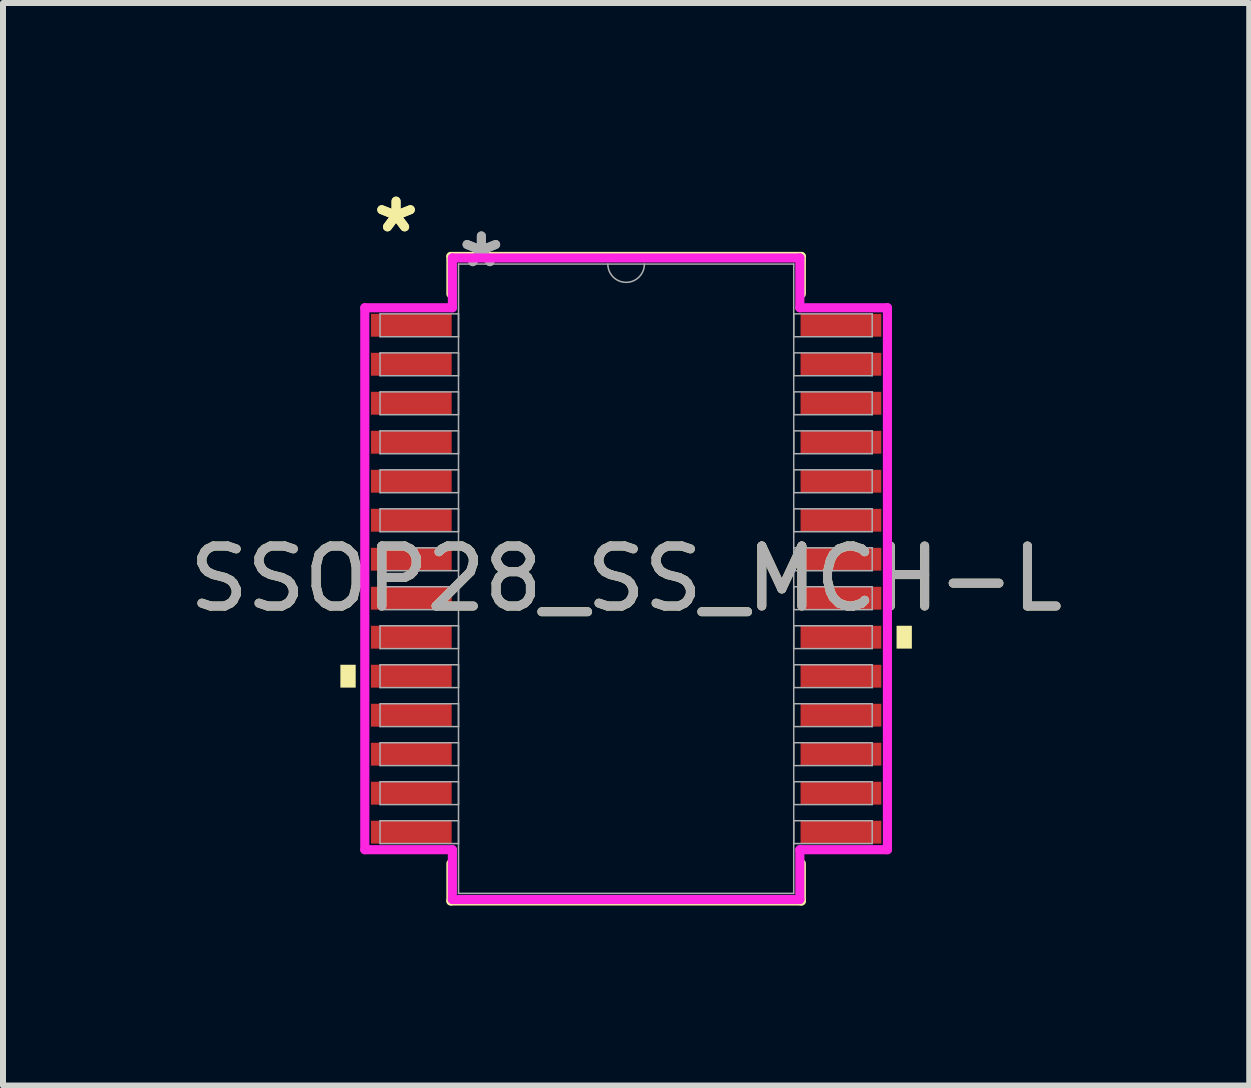
<source format=kicad_pcb>
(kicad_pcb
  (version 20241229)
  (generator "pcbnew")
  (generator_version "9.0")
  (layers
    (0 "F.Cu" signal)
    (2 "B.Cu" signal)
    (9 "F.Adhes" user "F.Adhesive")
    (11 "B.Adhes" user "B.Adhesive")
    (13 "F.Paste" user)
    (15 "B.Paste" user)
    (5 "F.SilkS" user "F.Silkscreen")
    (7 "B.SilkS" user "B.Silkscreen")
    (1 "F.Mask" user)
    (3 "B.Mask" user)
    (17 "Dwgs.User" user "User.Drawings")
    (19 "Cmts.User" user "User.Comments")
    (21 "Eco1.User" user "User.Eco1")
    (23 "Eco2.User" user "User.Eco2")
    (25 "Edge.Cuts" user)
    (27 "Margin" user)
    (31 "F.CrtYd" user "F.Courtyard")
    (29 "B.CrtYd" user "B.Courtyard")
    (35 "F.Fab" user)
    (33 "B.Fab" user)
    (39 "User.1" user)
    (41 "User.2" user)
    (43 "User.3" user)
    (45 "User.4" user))
  (footprint "SSOP28_SS_MCH-L"
    (layer "F.Cu")
    (at 7.387 6.597)
    (property "Reference" "SSOP28_SS_MCH-L" (at 0 0 0) (unlocked yes) (layer "F.SilkS") (effects (font (size 1 1) (thickness 0.15))))
    (attr smd)
    (fp_line (start -2.921 -5.372) (end -2.921 -4.748) (stroke (width 0.152) (type solid)) (layer "F.SilkS"))
    (fp_line (start -2.921 4.748) (end -2.921 5.372) (stroke (width 0.152) (type solid)) (layer "F.SilkS"))
    (fp_line (start -2.921 5.372) (end 2.921 5.372) (stroke (width 0.152) (type solid)) (layer "F.SilkS"))
    (fp_line (start 2.921 -5.372) (end -2.921 -5.372) (stroke (width 0.152) (type solid)) (layer "F.SilkS"))
    (fp_line (start 2.921 -4.748) (end 2.921 -5.372) (stroke (width 0.152) (type solid)) (layer "F.SilkS"))
    (fp_line (start 2.921 5.372) (end 2.921 4.748) (stroke (width 0.152) (type solid)) (layer "F.SilkS"))
    (fp_poly (pts (xy -4.763 1.434) (xy -4.763 1.815) (xy -4.508 1.815) (xy -4.508 1.434)) (stroke (width 0) (type solid)) (fill yes) (layer "F.SilkS"))
    (fp_poly (pts (xy 4.763 0.784) (xy 4.763 1.165) (xy 4.508 1.165) (xy 4.508 0.784)) (stroke (width 0) (type solid)) (fill yes) (layer "F.SilkS"))
    (fp_line (start -4.356 -4.517) (end -2.896 -4.517) (stroke (width 0.152) (type solid)) (layer "F.CrtYd"))
    (fp_line (start -4.356 4.517) (end -4.356 -4.517) (stroke (width 0.152) (type solid)) (layer "F.CrtYd"))
    (fp_line (start -4.356 4.517) (end -2.896 4.517) (stroke (width 0.152) (type solid)) (layer "F.CrtYd"))
    (fp_line (start -2.896 -5.347) (end 2.896 -5.347) (stroke (width 0.152) (type solid)) (layer "F.CrtYd"))
    (fp_line (start -2.896 -4.517) (end -2.896 -5.347) (stroke (width 0.152) (type solid)) (layer "F.CrtYd"))
    (fp_line (start -2.896 5.347) (end -2.896 4.517) (stroke (width 0.152) (type solid)) (layer "F.CrtYd"))
    (fp_line (start 2.896 -5.347) (end 2.896 -4.517) (stroke (width 0.152) (type solid)) (layer "F.CrtYd"))
    (fp_line (start 2.896 4.517) (end 2.896 5.347) (stroke (width 0.152) (type solid)) (layer "F.CrtYd"))
    (fp_line (start 2.896 5.347) (end -2.896 5.347) (stroke (width 0.152) (type solid)) (layer "F.CrtYd"))
    (fp_line (start 4.356 -4.517) (end 2.896 -4.517) (stroke (width 0.152) (type solid)) (layer "F.CrtYd"))
    (fp_line (start 4.356 -4.517) (end 4.356 4.517) (stroke (width 0.152) (type solid)) (layer "F.CrtYd"))
    (fp_line (start 4.356 4.517) (end 2.896 4.517) (stroke (width 0.152) (type solid)) (layer "F.CrtYd"))
    (fp_line (start -4.102 -4.415) (end -4.102 -4.034) (stroke (width 0.025) (type solid)) (layer "F.Fab"))
    (fp_line (start -4.102 -4.034) (end -2.794 -4.034) (stroke (width 0.025) (type solid)) (layer "F.Fab"))
    (fp_line (start -4.102 -3.765) (end -4.102 -3.384) (stroke (width 0.025) (type solid)) (layer "F.Fab"))
    (fp_line (start -4.102 -3.384) (end -2.794 -3.384) (stroke (width 0.025) (type solid)) (layer "F.Fab"))
    (fp_line (start -4.102 -3.115) (end -4.102 -2.734) (stroke (width 0.025) (type solid)) (layer "F.Fab"))
    (fp_line (start -4.102 -2.734) (end -2.794 -2.734) (stroke (width 0.025) (type solid)) (layer "F.Fab"))
    (fp_line (start -4.102 -2.465) (end -4.102 -2.084) (stroke (width 0.025) (type solid)) (layer "F.Fab"))
    (fp_line (start -4.102 -2.084) (end -2.794 -2.084) (stroke (width 0.025) (type solid)) (layer "F.Fab"))
    (fp_line (start -4.102 -1.815) (end -4.102 -1.434) (stroke (width 0.025) (type solid)) (layer "F.Fab"))
    (fp_line (start -4.102 -1.434) (end -2.794 -1.434) (stroke (width 0.025) (type solid)) (layer "F.Fab"))
    (fp_line (start -4.102 -1.165) (end -4.102 -0.784) (stroke (width 0.025) (type solid)) (layer "F.Fab"))
    (fp_line (start -4.102 -0.784) (end -2.794 -0.784) (stroke (width 0.025) (type solid)) (layer "F.Fab"))
    (fp_line (start -4.102 -0.515) (end -4.102 -0.134) (stroke (width 0.025) (type solid)) (layer "F.Fab"))
    (fp_line (start -4.102 -0.134) (end -2.794 -0.134) (stroke (width 0.025) (type solid)) (layer "F.Fab"))
    (fp_line (start -4.102 0.134) (end -4.102 0.515) (stroke (width 0.025) (type solid)) (layer "F.Fab"))
    (fp_line (start -4.102 0.515) (end -2.794 0.515) (stroke (width 0.025) (type solid)) (layer "F.Fab"))
    (fp_line (start -4.102 0.784) (end -4.102 1.165) (stroke (width 0.025) (type solid)) (layer "F.Fab"))
    (fp_line (start -4.102 1.165) (end -2.794 1.165) (stroke (width 0.025) (type solid)) (layer "F.Fab"))
    (fp_line (start -4.102 1.434) (end -4.102 1.815) (stroke (width 0.025) (type solid)) (layer "F.Fab"))
    (fp_line (start -4.102 1.815) (end -2.794 1.815) (stroke (width 0.025) (type solid)) (layer "F.Fab"))
    (fp_line (start -4.102 2.084) (end -4.102 2.465) (stroke (width 0.025) (type solid)) (layer "F.Fab"))
    (fp_line (start -4.102 2.465) (end -2.794 2.465) (stroke (width 0.025) (type solid)) (layer "F.Fab"))
    (fp_line (start -4.102 2.734) (end -4.102 3.115) (stroke (width 0.025) (type solid)) (layer "F.Fab"))
    (fp_line (start -4.102 3.115) (end -2.794 3.115) (stroke (width 0.025) (type solid)) (layer "F.Fab"))
    (fp_line (start -4.102 3.384) (end -4.102 3.765) (stroke (width 0.025) (type solid)) (layer "F.Fab"))
    (fp_line (start -4.102 3.765) (end -2.794 3.765) (stroke (width 0.025) (type solid)) (layer "F.Fab"))
    (fp_line (start -4.102 4.034) (end -4.102 4.415) (stroke (width 0.025) (type solid)) (layer "F.Fab"))
    (fp_line (start -4.102 4.415) (end -2.794 4.415) (stroke (width 0.025) (type solid)) (layer "F.Fab"))
    (fp_line (start -2.794 -5.245) (end -2.794 5.245) (stroke (width 0.025) (type solid)) (layer "F.Fab"))
    (fp_line (start -2.794 -4.415) (end -4.102 -4.415) (stroke (width 0.025) (type solid)) (layer "F.Fab"))
    (fp_line (start -2.794 -4.034) (end -2.794 -4.415) (stroke (width 0.025) (type solid)) (layer "F.Fab"))
    (fp_line (start -2.794 -3.765) (end -4.102 -3.765) (stroke (width 0.025) (type solid)) (layer "F.Fab"))
    (fp_line (start -2.794 -3.384) (end -2.794 -3.765) (stroke (width 0.025) (type solid)) (layer "F.Fab"))
    (fp_line (start -2.794 -3.115) (end -4.102 -3.115) (stroke (width 0.025) (type solid)) (layer "F.Fab"))
    (fp_line (start -2.794 -2.734) (end -2.794 -3.115) (stroke (width 0.025) (type solid)) (layer "F.Fab"))
    (fp_line (start -2.794 -2.465) (end -4.102 -2.465) (stroke (width 0.025) (type solid)) (layer "F.Fab"))
    (fp_line (start -2.794 -2.084) (end -2.794 -2.465) (stroke (width 0.025) (type solid)) (layer "F.Fab"))
    (fp_line (start -2.794 -1.815) (end -4.102 -1.815) (stroke (width 0.025) (type solid)) (layer "F.Fab"))
    (fp_line (start -2.794 -1.434) (end -2.794 -1.815) (stroke (width 0.025) (type solid)) (layer "F.Fab"))
    (fp_line (start -2.794 -1.165) (end -4.102 -1.165) (stroke (width 0.025) (type solid)) (layer "F.Fab"))
    (fp_line (start -2.794 -0.784) (end -2.794 -1.165) (stroke (width 0.025) (type solid)) (layer "F.Fab"))
    (fp_line (start -2.794 -0.515) (end -4.102 -0.515) (stroke (width 0.025) (type solid)) (layer "F.Fab"))
    (fp_line (start -2.794 -0.134) (end -2.794 -0.515) (stroke (width 0.025) (type solid)) (layer "F.Fab"))
    (fp_line (start -2.794 0.134) (end -4.102 0.134) (stroke (width 0.025) (type solid)) (layer "F.Fab"))
    (fp_line (start -2.794 0.515) (end -2.794 0.134) (stroke (width 0.025) (type solid)) (layer "F.Fab"))
    (fp_line (start -2.794 0.784) (end -4.102 0.784) (stroke (width 0.025) (type solid)) (layer "F.Fab"))
    (fp_line (start -2.794 1.165) (end -2.794 0.784) (stroke (width 0.025) (type solid)) (layer "F.Fab"))
    (fp_line (start -2.794 1.434) (end -4.102 1.434) (stroke (width 0.025) (type solid)) (layer "F.Fab"))
    (fp_line (start -2.794 1.815) (end -2.794 1.434) (stroke (width 0.025) (type solid)) (layer "F.Fab"))
    (fp_line (start -2.794 2.084) (end -4.102 2.084) (stroke (width 0.025) (type solid)) (layer "F.Fab"))
    (fp_line (start -2.794 2.465) (end -2.794 2.084) (stroke (width 0.025) (type solid)) (layer "F.Fab"))
    (fp_line (start -2.794 2.734) (end -4.102 2.734) (stroke (width 0.025) (type solid)) (layer "F.Fab"))
    (fp_line (start -2.794 3.115) (end -2.794 2.734) (stroke (width 0.025) (type solid)) (layer "F.Fab"))
    (fp_line (start -2.794 3.384) (end -4.102 3.384) (stroke (width 0.025) (type solid)) (layer "F.Fab"))
    (fp_line (start -2.794 3.765) (end -2.794 3.384) (stroke (width 0.025) (type solid)) (layer "F.Fab"))
    (fp_line (start -2.794 4.034) (end -4.102 4.034) (stroke (width 0.025) (type solid)) (layer "F.Fab"))
    (fp_line (start -2.794 4.415) (end -2.794 4.034) (stroke (width 0.025) (type solid)) (layer "F.Fab"))
    (fp_line (start -2.794 5.245) (end 2.794 5.245) (stroke (width 0.025) (type solid)) (layer "F.Fab"))
    (fp_line (start 2.794 -5.245) (end -2.794 -5.245) (stroke (width 0.025) (type solid)) (layer "F.Fab"))
    (fp_line (start 2.794 -4.415) (end 2.794 -4.034) (stroke (width 0.025) (type solid)) (layer "F.Fab"))
    (fp_line (start 2.794 -4.034) (end 4.102 -4.034) (stroke (width 0.025) (type solid)) (layer "F.Fab"))
    (fp_line (start 2.794 -3.765) (end 2.794 -3.384) (stroke (width 0.025) (type solid)) (layer "F.Fab"))
    (fp_line (start 2.794 -3.384) (end 4.102 -3.384) (stroke (width 0.025) (type solid)) (layer "F.Fab"))
    (fp_line (start 2.794 -3.115) (end 2.794 -2.734) (stroke (width 0.025) (type solid)) (layer "F.Fab"))
    (fp_line (start 2.794 -2.734) (end 4.102 -2.734) (stroke (width 0.025) (type solid)) (layer "F.Fab"))
    (fp_line (start 2.794 -2.465) (end 2.794 -2.084) (stroke (width 0.025) (type solid)) (layer "F.Fab"))
    (fp_line (start 2.794 -2.084) (end 4.102 -2.084) (stroke (width 0.025) (type solid)) (layer "F.Fab"))
    (fp_line (start 2.794 -1.815) (end 2.794 -1.434) (stroke (width 0.025) (type solid)) (layer "F.Fab"))
    (fp_line (start 2.794 -1.434) (end 4.102 -1.434) (stroke (width 0.025) (type solid)) (layer "F.Fab"))
    (fp_line (start 2.794 -1.165) (end 2.794 -0.784) (stroke (width 0.025) (type solid)) (layer "F.Fab"))
    (fp_line (start 2.794 -0.784) (end 4.102 -0.784) (stroke (width 0.025) (type solid)) (layer "F.Fab"))
    (fp_line (start 2.794 -0.515) (end 2.794 -0.134) (stroke (width 0.025) (type solid)) (layer "F.Fab"))
    (fp_line (start 2.794 -0.134) (end 4.102 -0.134) (stroke (width 0.025) (type solid)) (layer "F.Fab"))
    (fp_line (start 2.794 0.134) (end 2.794 0.515) (stroke (width 0.025) (type solid)) (layer "F.Fab"))
    (fp_line (start 2.794 0.515) (end 4.102 0.515) (stroke (width 0.025) (type solid)) (layer "F.Fab"))
    (fp_line (start 2.794 0.784) (end 2.794 1.165) (stroke (width 0.025) (type solid)) (layer "F.Fab"))
    (fp_line (start 2.794 1.165) (end 4.102 1.165) (stroke (width 0.025) (type solid)) (layer "F.Fab"))
    (fp_line (start 2.794 1.434) (end 2.794 1.815) (stroke (width 0.025) (type solid)) (layer "F.Fab"))
    (fp_line (start 2.794 1.815) (end 4.102 1.815) (stroke (width 0.025) (type solid)) (layer "F.Fab"))
    (fp_line (start 2.794 2.084) (end 2.794 2.465) (stroke (width 0.025) (type solid)) (layer "F.Fab"))
    (fp_line (start 2.794 2.465) (end 4.102 2.465) (stroke (width 0.025) (type solid)) (layer "F.Fab"))
    (fp_line (start 2.794 2.734) (end 2.794 3.115) (stroke (width 0.025) (type solid)) (layer "F.Fab"))
    (fp_line (start 2.794 3.115) (end 4.102 3.115) (stroke (width 0.025) (type solid)) (layer "F.Fab"))
    (fp_line (start 2.794 3.384) (end 2.794 3.765) (stroke (width 0.025) (type solid)) (layer "F.Fab"))
    (fp_line (start 2.794 3.765) (end 4.102 3.765) (stroke (width 0.025) (type solid)) (layer "F.Fab"))
    (fp_line (start 2.794 4.034) (end 2.794 4.415) (stroke (width 0.025) (type solid)) (layer "F.Fab"))
    (fp_line (start 2.794 4.415) (end 4.102 4.415) (stroke (width 0.025) (type solid)) (layer "F.Fab"))
    (fp_line (start 2.794 5.245) (end 2.794 -5.245) (stroke (width 0.025) (type solid)) (layer "F.Fab"))
    (fp_line (start 4.102 -4.415) (end 2.794 -4.415) (stroke (width 0.025) (type solid)) (layer "F.Fab"))
    (fp_line (start 4.102 -4.034) (end 4.102 -4.415) (stroke (width 0.025) (type solid)) (layer "F.Fab"))
    (fp_line (start 4.102 -3.765) (end 2.794 -3.765) (stroke (width 0.025) (type solid)) (layer "F.Fab"))
    (fp_line (start 4.102 -3.384) (end 4.102 -3.765) (stroke (width 0.025) (type solid)) (layer "F.Fab"))
    (fp_line (start 4.102 -3.115) (end 2.794 -3.115) (stroke (width 0.025) (type solid)) (layer "F.Fab"))
    (fp_line (start 4.102 -2.734) (end 4.102 -3.115) (stroke (width 0.025) (type solid)) (layer "F.Fab"))
    (fp_line (start 4.102 -2.465) (end 2.794 -2.465) (stroke (width 0.025) (type solid)) (layer "F.Fab"))
    (fp_line (start 4.102 -2.084) (end 4.102 -2.465) (stroke (width 0.025) (type solid)) (layer "F.Fab"))
    (fp_line (start 4.102 -1.815) (end 2.794 -1.815) (stroke (width 0.025) (type solid)) (layer "F.Fab"))
    (fp_line (start 4.102 -1.434) (end 4.102 -1.815) (stroke (width 0.025) (type solid)) (layer "F.Fab"))
    (fp_line (start 4.102 -1.165) (end 2.794 -1.165) (stroke (width 0.025) (type solid)) (layer "F.Fab"))
    (fp_line (start 4.102 -0.784) (end 4.102 -1.165) (stroke (width 0.025) (type solid)) (layer "F.Fab"))
    (fp_line (start 4.102 -0.515) (end 2.794 -0.515) (stroke (width 0.025) (type solid)) (layer "F.Fab"))
    (fp_line (start 4.102 -0.134) (end 4.102 -0.515) (stroke (width 0.025) (type solid)) (layer "F.Fab"))
    (fp_line (start 4.102 0.134) (end 2.794 0.134) (stroke (width 0.025) (type solid)) (layer "F.Fab"))
    (fp_line (start 4.102 0.515) (end 4.102 0.134) (stroke (width 0.025) (type solid)) (layer "F.Fab"))
    (fp_line (start 4.102 0.784) (end 2.794 0.784) (stroke (width 0.025) (type solid)) (layer "F.Fab"))
    (fp_line (start 4.102 1.165) (end 4.102 0.784) (stroke (width 0.025) (type solid)) (layer "F.Fab"))
    (fp_line (start 4.102 1.434) (end 2.794 1.434) (stroke (width 0.025) (type solid)) (layer "F.Fab"))
    (fp_line (start 4.102 1.815) (end 4.102 1.434) (stroke (width 0.025) (type solid)) (layer "F.Fab"))
    (fp_line (start 4.102 2.084) (end 2.794 2.084) (stroke (width 0.025) (type solid)) (layer "F.Fab"))
    (fp_line (start 4.102 2.465) (end 4.102 2.084) (stroke (width 0.025) (type solid)) (layer "F.Fab"))
    (fp_line (start 4.102 2.734) (end 2.794 2.734) (stroke (width 0.025) (type solid)) (layer "F.Fab"))
    (fp_line (start 4.102 3.115) (end 4.102 2.734) (stroke (width 0.025) (type solid)) (layer "F.Fab"))
    (fp_line (start 4.102 3.384) (end 2.794 3.384) (stroke (width 0.025) (type solid)) (layer "F.Fab"))
    (fp_line (start 4.102 3.765) (end 4.102 3.384) (stroke (width 0.025) (type solid)) (layer "F.Fab"))
    (fp_line (start 4.102 4.034) (end 2.794 4.034) (stroke (width 0.025) (type solid)) (layer "F.Fab"))
    (fp_line (start 4.102 4.415) (end 4.102 4.034) (stroke (width 0.025) (type solid)) (layer "F.Fab"))
    (fp_arc (start 0.3048 -5.2451) (mid 0 -4.9403) (end -0.3048 -5.2451) (stroke (width 0.0254) (type solid)) (layer "F.Fab"))
    (fp_text user "*" (at -3.835 -5.749 0) (layer "F.SilkS") (effects (font (size 1 1) (thickness 0.15))))
    (fp_text user "*" (at -3.835 -5.749 0) (unlocked yes) (layer "F.SilkS") (effects (font (size 1 1) (thickness 0.15))))
    (fp_text user "*" (at -2.413 -5.169 0) (unlocked yes) (layer "F.Fab") (effects (font (size 1 1) (thickness 0.15))))
    (fp_text user "${REFERENCE}" (at 0 0 0) (unlocked yes) (layer "F.Fab") (effects (font (size 1 1) (thickness 0.15))))
    (fp_text user "*" (at -2.413 -5.169 0) (layer "F.Fab") (effects (font (size 1 1) (thickness 0.15))))
    (pad "1" smd rect (at -3.581 -4.225) (size 1.346 0.381) (layers "F.Cu" "F.Mask" "F.Paste"))
    (pad "2" smd rect (at -3.581 -3.575) (size 1.346 0.381) (layers "F.Cu" "F.Mask" "F.Paste"))
    (pad "3" smd rect (at -3.581 -2.925) (size 1.346 0.381) (layers "F.Cu" "F.Mask" "F.Paste"))
    (pad "4" smd rect (at -3.581 -2.275) (size 1.346 0.381) (layers "F.Cu" "F.Mask" "F.Paste"))
    (pad "5" smd rect (at -3.581 -1.625) (size 1.346 0.381) (layers "F.Cu" "F.Mask" "F.Paste"))
    (pad "6" smd rect (at -3.581 -0.975) (size 1.346 0.381) (layers "F.Cu" "F.Mask" "F.Paste"))
    (pad "7" smd rect (at -3.581 -0.325) (size 1.346 0.381) (layers "F.Cu" "F.Mask" "F.Paste"))
    (pad "8" smd rect (at -3.581 0.325) (size 1.346 0.381) (layers "F.Cu" "F.Mask" "F.Paste"))
    (pad "9" smd rect (at -3.581 0.975) (size 1.346 0.381) (layers "F.Cu" "F.Mask" "F.Paste"))
    (pad "10" smd rect (at -3.581 1.625) (size 1.346 0.381) (layers "F.Cu" "F.Mask" "F.Paste"))
    (pad "11" smd rect (at -3.581 2.275) (size 1.346 0.381) (layers "F.Cu" "F.Mask" "F.Paste"))
    (pad "12" smd rect (at -3.581 2.925) (size 1.346 0.381) (layers "F.Cu" "F.Mask" "F.Paste"))
    (pad "13" smd rect (at -3.581 3.575) (size 1.346 0.381) (layers "F.Cu" "F.Mask" "F.Paste"))
    (pad "14" smd rect (at -3.581 4.225) (size 1.346 0.381) (layers "F.Cu" "F.Mask" "F.Paste"))
    (pad "15" smd rect (at 3.581 4.225) (size 1.346 0.381) (layers "F.Cu" "F.Mask" "F.Paste"))
    (pad "16" smd rect (at 3.581 3.575) (size 1.346 0.381) (layers "F.Cu" "F.Mask" "F.Paste"))
    (pad "17" smd rect (at 3.581 2.925) (size 1.346 0.381) (layers "F.Cu" "F.Mask" "F.Paste"))
    (pad "18" smd rect (at 3.581 2.275) (size 1.346 0.381) (layers "F.Cu" "F.Mask" "F.Paste"))
    (pad "19" smd rect (at 3.581 1.625) (size 1.346 0.381) (layers "F.Cu" "F.Mask" "F.Paste"))
    (pad "20" smd rect (at 3.581 0.975) (size 1.346 0.381) (layers "F.Cu" "F.Mask" "F.Paste"))
    (pad "21" smd rect (at 3.581 0.325) (size 1.346 0.381) (layers "F.Cu" "F.Mask" "F.Paste"))
    (pad "22" smd rect (at 3.581 -0.325) (size 1.346 0.381) (layers "F.Cu" "F.Mask" "F.Paste"))
    (pad "23" smd rect (at 3.581 -0.975) (size 1.346 0.381) (layers "F.Cu" "F.Mask" "F.Paste"))
    (pad "24" smd rect (at 3.581 -1.625) (size 1.346 0.381) (layers "F.Cu" "F.Mask" "F.Paste"))
    (pad "25" smd rect (at 3.581 -2.275) (size 1.346 0.381) (layers "F.Cu" "F.Mask" "F.Paste"))
    (pad "26" smd rect (at 3.581 -2.925) (size 1.346 0.381) (layers "F.Cu" "F.Mask" "F.Paste"))
    (pad "27" smd rect (at 3.581 -3.575) (size 1.346 0.381) (layers "F.Cu" "F.Mask" "F.Paste"))
    (pad "28" smd rect (at 3.581 -4.225) (size 1.346 0.381) (layers "F.Cu" "F.Mask" "F.Paste")))
  (gr_rect
    (start -3 -3)
    (end 17.774 15.045)
    (stroke (width 0.1) (type default))
    (fill no)
    (layer "Edge.Cuts")))
</source>
